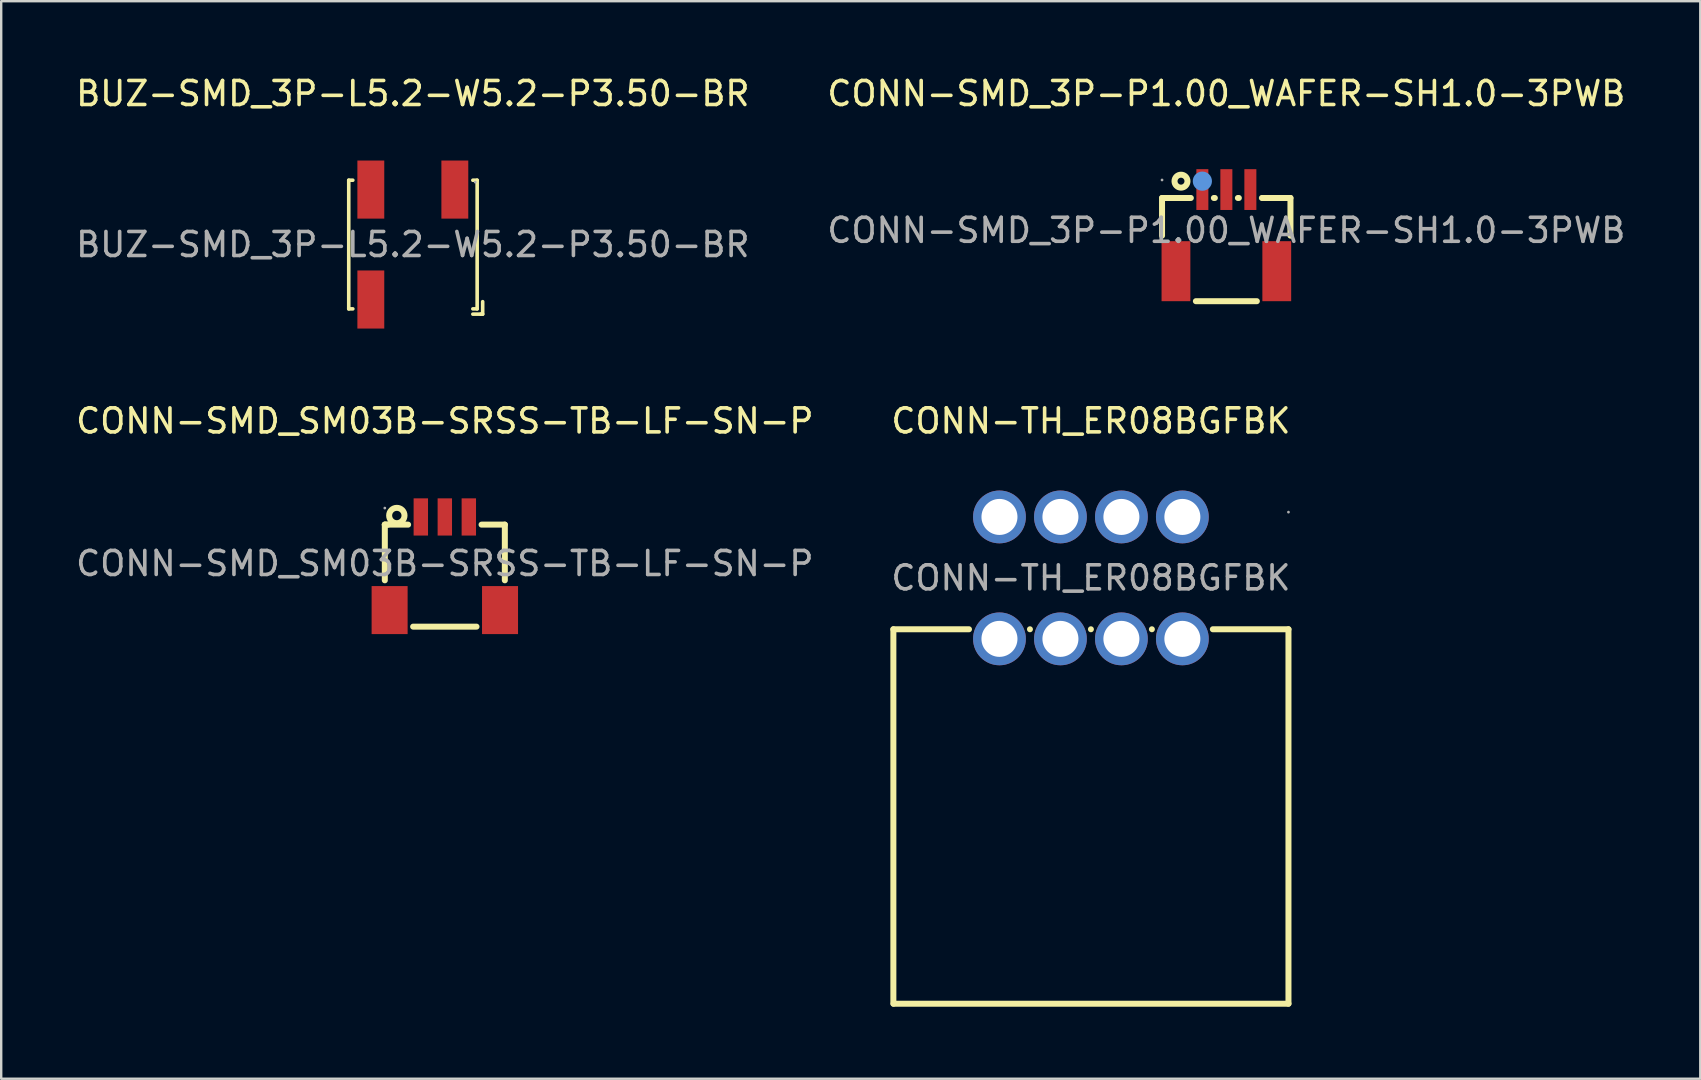
<source format=kicad_pcb>
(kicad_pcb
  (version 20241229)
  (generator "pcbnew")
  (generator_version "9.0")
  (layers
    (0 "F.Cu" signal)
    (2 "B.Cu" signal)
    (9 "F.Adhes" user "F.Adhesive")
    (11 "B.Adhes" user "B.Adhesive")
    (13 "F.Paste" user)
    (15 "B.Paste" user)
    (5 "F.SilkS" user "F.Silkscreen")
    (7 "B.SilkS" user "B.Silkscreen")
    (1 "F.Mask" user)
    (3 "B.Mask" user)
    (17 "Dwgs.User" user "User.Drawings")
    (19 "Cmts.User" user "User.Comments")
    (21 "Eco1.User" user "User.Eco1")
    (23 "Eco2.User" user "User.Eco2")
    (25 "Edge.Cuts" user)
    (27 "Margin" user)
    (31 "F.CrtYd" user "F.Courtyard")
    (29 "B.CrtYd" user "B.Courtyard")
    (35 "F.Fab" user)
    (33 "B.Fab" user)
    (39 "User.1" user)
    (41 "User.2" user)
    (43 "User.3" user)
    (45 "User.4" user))
  (footprint "BUZ-SMD_3P-L5.2-W5.2-P3.50-BR"
    (layer "F.Cu")
    (at 14.149 7.138)
    (property "Reference" "BUZ-SMD_3P-L5.2-W5.2-P3.50-BR" (at 0 -6.29 0) (layer "F.SilkS") (effects (font (size 1 1) (thickness 0.15))))
    (attr smd)
    (fp_line (start -2.67 -2.68) (end -2.67 2.68) (stroke (width 0.15) (type solid)) (layer "F.SilkS"))
    (fp_line (start -2.67 2.68) (end -2.5 2.68) (stroke (width 0.15) (type solid)) (layer "F.SilkS"))
    (fp_line (start -2.5 -2.68) (end -2.67 -2.68) (stroke (width 0.15) (type solid)) (layer "F.SilkS"))
    (fp_line (start 2.5 -2.68) (end 2.68 -2.68) (stroke (width 0.15) (type solid)) (layer "F.SilkS"))
    (fp_line (start 2.5 2.9) (end 2.83 2.9) (stroke (width 0.15) (type solid)) (layer "F.SilkS"))
    (fp_line (start 2.68 -2.68) (end 2.68 2.68) (stroke (width 0.15) (type solid)) (layer "F.SilkS"))
    (fp_line (start 2.68 2.68) (end 2.5 2.68) (stroke (width 0.15) (type solid)) (layer "F.SilkS"))
    (fp_line (start 2.83 2.9) (end 2.91 2.9) (stroke (width 0.15) (type solid)) (layer "F.SilkS"))
    (fp_line (start 2.91 2.9) (end 2.91 2.38) (stroke (width 0.15) (type solid)) (layer "F.SilkS"))
    (fp_circle (center 2.6 -2.6) (end 2.63 -2.6) (stroke (width 0.06) (type solid)) (fill no) (layer "F.Fab"))
    (fp_text user "${REFERENCE}" (at 0 0 0) (layer "F.Fab") (effects (font (size 1 1) (thickness 0.15))))
    (pad "1" smd rect (at 1.75 -2.29 180) (size 1.12 2.42) (layers "F.Cu" "F.Mask" "F.Paste"))
    (pad "2" smd rect (at -1.75 -2.29 180) (size 1.12 2.42) (layers "F.Cu" "F.Mask" "F.Paste"))
    (pad "3" smd rect (at -1.75 2.29 180) (size 1.12 2.42) (layers "F.Cu" "F.Mask" "F.Paste")))
  (footprint "CONN-SMD_SM03B-SRSS-TB-LF-SN-P"
    (layer "F.Cu")
    (at 15.482 20.427)
    (property "Reference" "CONN-SMD_SM03B-SRSS-TB-LF-SN-P" (at 0 -5.94 0) (layer "F.SilkS") (effects (font (size 1 1) (thickness 0.15))))
    (attr smd)
    (fp_line (start -2.5 -1.62) (end -2.5 0.7) (stroke (width 0.25) (type solid)) (layer "F.SilkS"))
    (fp_line (start -2.5 -1.62) (end -1.53 -1.62) (stroke (width 0.25) (type solid)) (layer "F.SilkS"))
    (fp_line (start -2.37 -1.62) (end -2.5 -1.62) (stroke (width 0.25) (type solid)) (layer "F.SilkS"))
    (fp_line (start -1.32 2.63) (end 1.32 2.63) (stroke (width 0.25) (type solid)) (layer "F.SilkS"))
    (fp_line (start 1.53 -1.62) (end 2.5 -1.62) (stroke (width 0.25) (type solid)) (layer "F.SilkS"))
    (fp_line (start 2.5 -1.62) (end 2.5 0.7) (stroke (width 0.25) (type solid)) (layer "F.SilkS"))
    (fp_circle (center -2 -2) (end -1.68 -2) (stroke (width 0.25) (type solid)) (fill no) (layer "F.SilkS"))
    (fp_circle (center -2.5 -2.31) (end -2.47 -2.31) (stroke (width 0.06) (type solid)) (fill no) (layer "F.Fab"))
    (fp_text user "${REFERENCE}" (at 0 0 0) (layer "F.Fab") (effects (font (size 1 1) (thickness 0.15))))
    (pad "1" smd rect (at -1 -1.94) (size 0.6 1.55) (layers "F.Cu" "F.Mask" "F.Paste"))
    (pad "2" smd rect (at 0 -1.94) (size 0.6 1.55) (layers "F.Cu" "F.Mask" "F.Paste"))
    (pad "3" smd rect (at 1 -1.94) (size 0.6 1.55) (layers "F.Cu" "F.Mask" "F.Paste"))
    (pad "4" smd rect (at 2.3 1.94) (size 1.5 2) (layers "F.Cu" "F.Mask" "F.Paste"))
    (pad "5" smd rect (at -2.3 1.94) (size 1.5 2) (layers "F.Cu" "F.Mask" "F.Paste")))
  (footprint "CONN-TH_ER08BGFBK"
    (layer "F.Cu")
    (at 42.399 21.026)
    (property "Reference" "CONN-TH_ER08BGFBK" (at 0 -6.54 0) (layer "F.SilkS") (effects (font (size 1 1) (thickness 0.15))))
    (attr through_hole)
    (fp_line (start -8.23 2.14) (end -5.08 2.14) (stroke (width 0.25) (type solid)) (layer "F.SilkS"))
    (fp_line (start -8.23 17.74) (end -8.23 2.14) (stroke (width 0.25) (type solid)) (layer "F.SilkS"))
    (fp_line (start -2.54 2.14) (end -2.54 2.14) (stroke (width 0.25) (type solid)) (layer "F.SilkS"))
    (fp_line (start 0 2.14) (end 0 2.14) (stroke (width 0.25) (type solid)) (layer "F.SilkS"))
    (fp_line (start 2.54 2.14) (end 2.54 2.14) (stroke (width 0.25) (type solid)) (layer "F.SilkS"))
    (fp_line (start 5.08 2.14) (end 8.23 2.14) (stroke (width 0.25) (type solid)) (layer "F.SilkS"))
    (fp_line (start 8.23 2.14) (end 8.23 17.74) (stroke (width 0.25) (type solid)) (layer "F.SilkS"))
    (fp_line (start 8.23 17.74) (end -8.22 17.74) (stroke (width 0.25) (type solid)) (layer "F.SilkS"))
    (fp_circle (center 8.23 -2.74) (end 8.26 -2.74) (stroke (width 0.06) (type solid)) (fill no) (layer "F.Fab"))
    (fp_text user "${REFERENCE}" (at 0 0 0) (layer "F.Fab") (effects (font (size 1 1) (thickness 0.15))))
    (pad "A1" thru_hole circle (at 3.81 -2.54 180) (size 2.2 2.2) (drill 1.5) (layers "*.Cu" "*.Mask"))
    (pad "A2" thru_hole circle (at 1.27 -2.54 180) (size 2.2 2.2) (drill 1.5) (layers "*.Cu" "*.Mask"))
    (pad "A3" thru_hole circle (at -1.27 -2.54 180) (size 2.2 2.2) (drill 1.5) (layers "*.Cu" "*.Mask"))
    (pad "A4" thru_hole circle (at -3.81 -2.54 180) (size 2.2 2.2) (drill 1.5) (layers "*.Cu" "*.Mask"))
    (pad "B1" thru_hole circle (at 3.81 2.54 180) (size 2.2 2.2) (drill 1.5) (layers "*.Cu" "*.Mask"))
    (pad "B2" thru_hole circle (at 1.27 2.54 180) (size 2.2 2.2) (drill 1.5) (layers "*.Cu" "*.Mask"))
    (pad "B3" thru_hole circle (at -1.27 2.54 180) (size 2.2 2.2) (drill 1.5) (layers "*.Cu" "*.Mask"))
    (pad "B4" thru_hole circle (at -3.81 2.54 180) (size 2.2 2.2) (drill 1.5) (layers "*.Cu" "*.Mask")))
  (footprint "CONN-SMD_3P-P1.00_WAFER-SH1.0-3PWB"
    (layer "F.Cu")
    (at 48.042 6.548)
    (property "Reference" "CONN-SMD_3P-P1.00_WAFER-SH1.0-3PWB" (at 0 -5.7 0) (layer "F.SilkS") (effects (font (size 1 1) (thickness 0.15))))
    (attr smd)
    (fp_line (start -2.68 -1.35) (end -2.68 0.22) (stroke (width 0.25) (type solid)) (layer "F.SilkS"))
    (fp_line (start -1.48 -1.35) (end -2.68 -1.35) (stroke (width 0.25) (type solid)) (layer "F.SilkS"))
    (fp_line (start -1.27 2.95) (end 1.27 2.95) (stroke (width 0.25) (type solid)) (layer "F.SilkS"))
    (fp_line (start -0.48 -1.35) (end -0.52 -1.35) (stroke (width 0.25) (type solid)) (layer "F.SilkS"))
    (fp_line (start 0.52 -1.35) (end 0.48 -1.35) (stroke (width 0.25) (type solid)) (layer "F.SilkS"))
    (fp_line (start 1.52 -1.35) (end 1.48 -1.35) (stroke (width 0.25) (type solid)) (layer "F.SilkS"))
    (fp_line (start 1.52 -1.35) (end 2.67 -1.35) (stroke (width 0.25) (type solid)) (layer "F.SilkS"))
    (fp_line (start 2.67 -1.35) (end 2.67 0.22) (stroke (width 0.25) (type solid)) (layer "F.SilkS"))
    (fp_circle (center -1.89 -2.05) (end -1.62 -2.05) (stroke (width 0.25) (type solid)) (fill no) (layer "F.SilkS"))
    (fp_circle (center -1 -2.05) (end -0.8 -2.05) (stroke (width 0.4) (type solid)) (fill no) (layer "Cmts.User"))
    (fp_circle (center -2.68 -2.1) (end -2.65 -2.1) (stroke (width 0.06) (type solid)) (fill no) (layer "F.Fab"))
    (fp_text user "${REFERENCE}" (at 0 0 0) (layer "F.Fab") (effects (font (size 1 1) (thickness 0.15))))
    (pad "1" smd rect (at -1 -1.7) (size 0.5 1.7) (layers "F.Cu" "F.Mask" "F.Paste"))
    (pad "2" smd rect (at 0 -1.7) (size 0.5 1.7) (layers "F.Cu" "F.Mask" "F.Paste"))
    (pad "3" smd rect (at 1 -1.7) (size 0.5 1.7) (layers "F.Cu" "F.Mask" "F.Paste"))
    (pad "4" smd rect (at -2.1 1.7) (size 1.2 2.5) (layers "F.Cu" "F.Mask" "F.Paste"))
    (pad "5" smd rect (at 2.1 1.7) (size 1.2 2.5) (layers "F.Cu" "F.Mask" "F.Paste")))
  (gr_rect
    (start -3 -3)
    (end 67.786 41.892)
    (stroke (width 0.1) (type default))
    (fill no)
    (layer "Edge.Cuts")))
</source>
